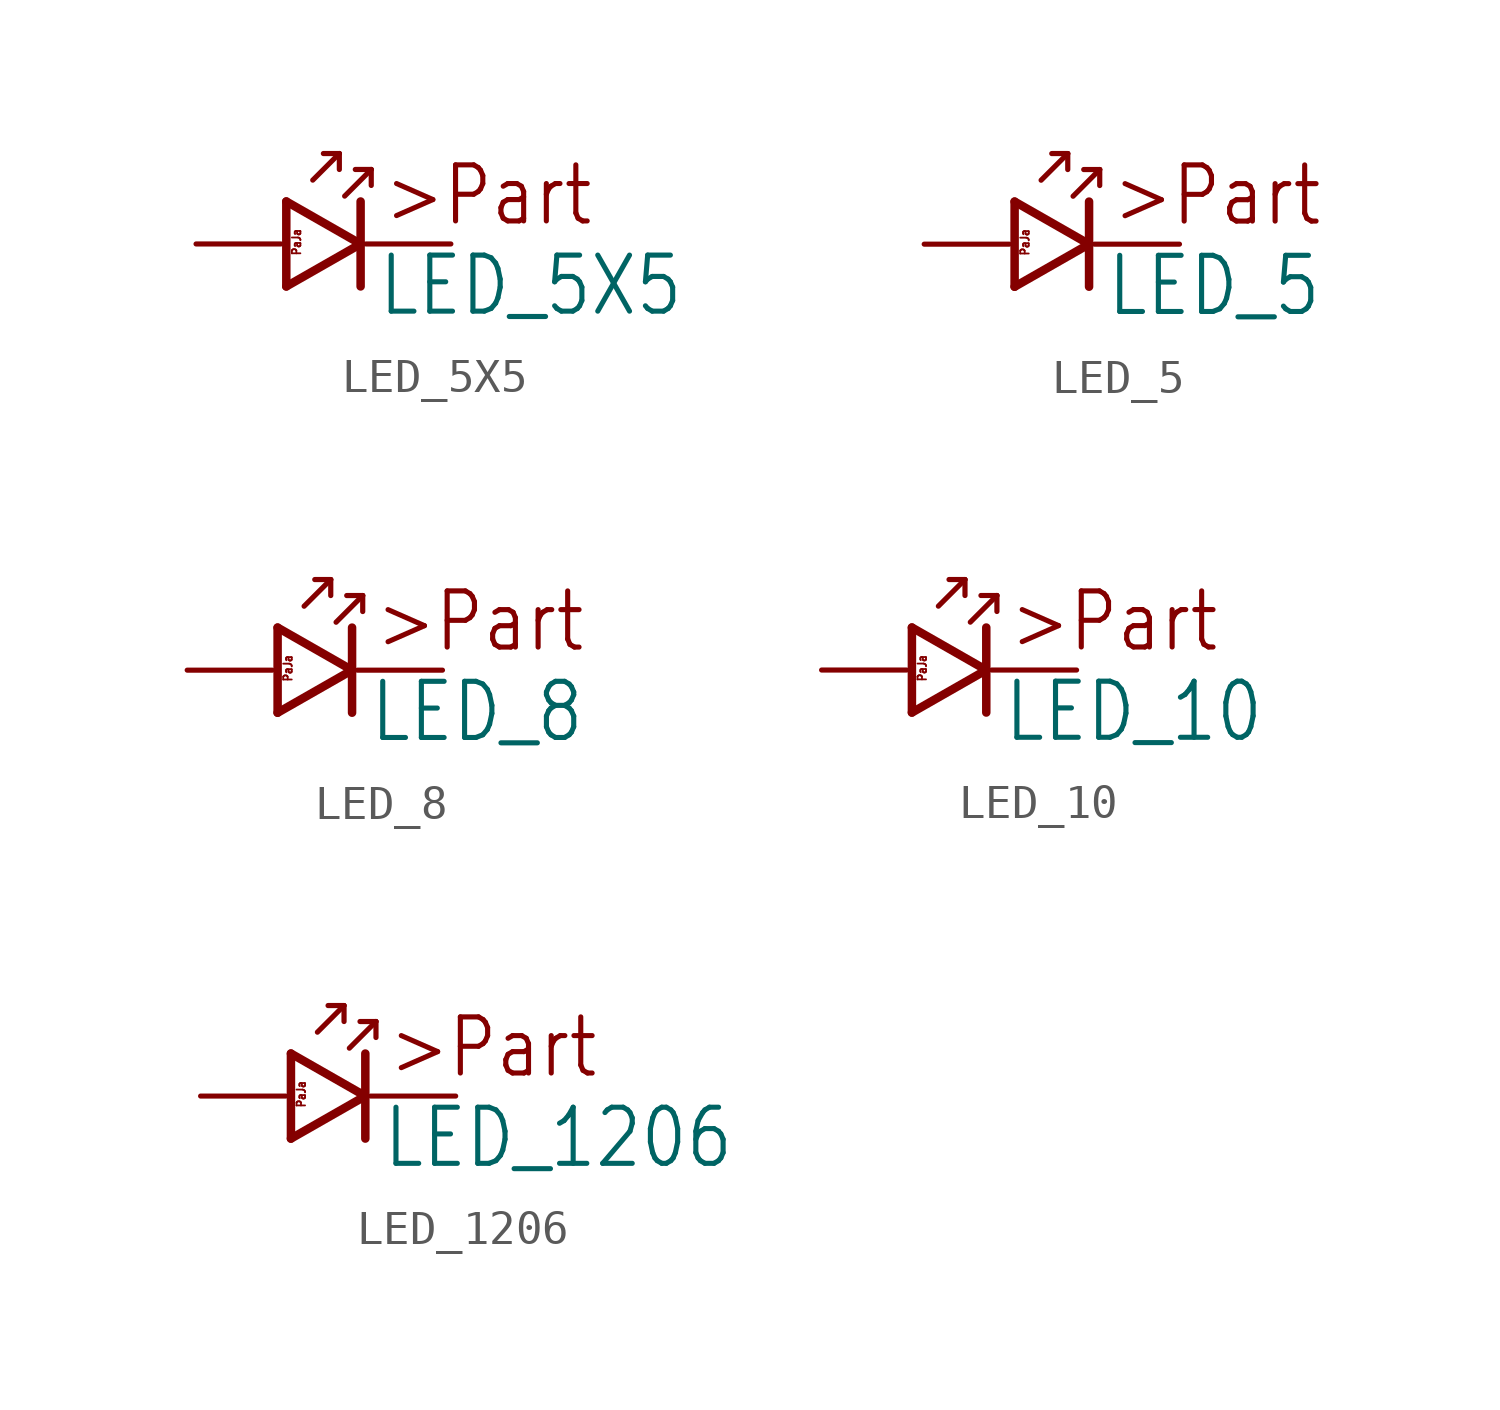
<source format=kicad_sym>
(kicad_symbol_lib
  (version 20211014)
  (generator kicad_symbol_editor)
  (symbol "LED_5X5"
    (property "Reference" "D"
      (at 0 0 0)
      (effects (font (size 1.27 1.27)) hide))
    (property "Value" "LED_5X5"
      (at 2.857 -2.222 0)
      (effects (font (size 1.676 1.425)) (justify left bottom)))
    (property "ki_locked" ""
      (at 0 0 0)
      (effects (font (size 1.27 1.27))))
    (symbol "LED_5X5_1_0"
      (polyline (pts (xy 0.159 -1.27) (xy 0.159 1.27)) (stroke (width 0.254) (type default) (color 0 0 0 0)) (fill (type none)))
      (polyline (pts (xy 0.159 1.27) (xy 2.381 0)) (stroke (width 0.254) (type default) (color 0 0 0 0)) (fill (type none)))
      (polyline (pts (xy 0.95 1.909) (xy 1.745 2.704)) (stroke (width 0.155) (type default) (color 0 0 0 0)) (fill (type none)))
      (polyline (pts (xy 1.745 2.704) (xy 1.268 2.704)) (stroke (width 0.155) (type default) (color 0 0 0 0)) (fill (type none)))
      (polyline (pts (xy 1.745 2.704) (xy 1.745 2.227)) (stroke (width 0.155) (type default) (color 0 0 0 0)) (fill (type none)))
      (polyline (pts (xy 1.904 1.431) (xy 2.699 2.227)) (stroke (width 0.155) (type default) (color 0 0 0 0)) (fill (type none)))
      (polyline (pts (xy 2.381 0) (xy 0.159 -1.27)) (stroke (width 0.254) (type default) (color 0 0 0 0)) (fill (type none)))
      (polyline (pts (xy 2.381 0) (xy 2.381 -1.27)) (stroke (width 0.254) (type default) (color 0 0 0 0)) (fill (type none)))
      (polyline (pts (xy 2.381 1.27) (xy 2.381 0)) (stroke (width 0.254) (type default) (color 0 0 0 0)) (fill (type none)))
      (polyline (pts (xy 2.699 2.227) (xy 2.222 2.227)) (stroke (width 0.155) (type default) (color 0 0 0 0)) (fill (type none)))
      (polyline (pts (xy 2.699 2.227) (xy 2.699 1.75)) (stroke (width 0.155) (type default) (color 0 0 0 0)) (fill (type none)))
      (text ">Part" (at 3.016 0.476 0) (effects (font (size 1.676 1.425)) (justify left bottom)))
      (text "PaJa" (at 0.317 0.476 900) (effects (font (size 0.254 0.216)) (justify right top)))
      (pin passive line (at -2.54 0 0) (length 2.54) (name "A" (effects (font (size 0 0)))) (number "A" (effects (font (size 0 0)))))
      (pin passive line (at 5.08 0 180) (length 2.54) (name "K" (effects (font (size 0 0)))) (number "K" (effects (font (size 0 0)))))))
  (symbol "LED_5"
    (property "Reference" "D"
      (at 0 0 0)
      (effects (font (size 1.27 1.27)) hide))
    (property "Value" "LED_5"
      (at 2.857 -2.222 0)
      (effects (font (size 1.676 1.425)) (justify left bottom)))
    (property "ki_locked" ""
      (at 0 0 0)
      (effects (font (size 1.27 1.27))))
    (symbol "LED_5_1_0"
      (polyline (pts (xy 0.159 -1.27) (xy 0.159 1.27)) (stroke (width 0.254) (type default) (color 0 0 0 0)) (fill (type none)))
      (polyline (pts (xy 0.159 1.27) (xy 2.381 0)) (stroke (width 0.254) (type default) (color 0 0 0 0)) (fill (type none)))
      (polyline (pts (xy 0.95 1.909) (xy 1.745 2.704)) (stroke (width 0.155) (type default) (color 0 0 0 0)) (fill (type none)))
      (polyline (pts (xy 1.745 2.704) (xy 1.268 2.704)) (stroke (width 0.155) (type default) (color 0 0 0 0)) (fill (type none)))
      (polyline (pts (xy 1.745 2.704) (xy 1.745 2.227)) (stroke (width 0.155) (type default) (color 0 0 0 0)) (fill (type none)))
      (polyline (pts (xy 1.904 1.431) (xy 2.699 2.227)) (stroke (width 0.155) (type default) (color 0 0 0 0)) (fill (type none)))
      (polyline (pts (xy 2.381 0) (xy 0.159 -1.27)) (stroke (width 0.254) (type default) (color 0 0 0 0)) (fill (type none)))
      (polyline (pts (xy 2.381 0) (xy 2.381 -1.27)) (stroke (width 0.254) (type default) (color 0 0 0 0)) (fill (type none)))
      (polyline (pts (xy 2.381 1.27) (xy 2.381 0)) (stroke (width 0.254) (type default) (color 0 0 0 0)) (fill (type none)))
      (polyline (pts (xy 2.699 2.227) (xy 2.222 2.227)) (stroke (width 0.155) (type default) (color 0 0 0 0)) (fill (type none)))
      (polyline (pts (xy 2.699 2.227) (xy 2.699 1.75)) (stroke (width 0.155) (type default) (color 0 0 0 0)) (fill (type none)))
      (text ">Part" (at 3.016 0.476 0) (effects (font (size 1.676 1.425)) (justify left bottom)))
      (text "PaJa" (at 0.317 0.476 900) (effects (font (size 0.254 0.216)) (justify right top)))
      (pin passive line (at -2.54 0 0) (length 2.54) (name "A" (effects (font (size 0 0)))) (number "A" (effects (font (size 0 0)))))
      (pin passive line (at 5.08 0 180) (length 2.54) (name "K" (effects (font (size 0 0)))) (number "K" (effects (font (size 0 0)))))))
  (symbol "LED_8"
    (property "Reference" "D"
      (at 0 0 0)
      (effects (font (size 1.27 1.27)) hide))
    (property "Value" "LED_8"
      (at 2.857 -2.222 0)
      (effects (font (size 1.676 1.425)) (justify left bottom)))
    (property "ki_locked" ""
      (at 0 0 0)
      (effects (font (size 1.27 1.27))))
    (symbol "LED_8_1_0"
      (polyline (pts (xy 0.159 -1.27) (xy 0.159 1.27)) (stroke (width 0.254) (type default) (color 0 0 0 0)) (fill (type none)))
      (polyline (pts (xy 0.159 1.27) (xy 2.381 0)) (stroke (width 0.254) (type default) (color 0 0 0 0)) (fill (type none)))
      (polyline (pts (xy 0.95 1.909) (xy 1.745 2.704)) (stroke (width 0.155) (type default) (color 0 0 0 0)) (fill (type none)))
      (polyline (pts (xy 1.745 2.704) (xy 1.268 2.704)) (stroke (width 0.155) (type default) (color 0 0 0 0)) (fill (type none)))
      (polyline (pts (xy 1.745 2.704) (xy 1.745 2.227)) (stroke (width 0.155) (type default) (color 0 0 0 0)) (fill (type none)))
      (polyline (pts (xy 1.904 1.431) (xy 2.699 2.227)) (stroke (width 0.155) (type default) (color 0 0 0 0)) (fill (type none)))
      (polyline (pts (xy 2.381 0) (xy 0.159 -1.27)) (stroke (width 0.254) (type default) (color 0 0 0 0)) (fill (type none)))
      (polyline (pts (xy 2.381 0) (xy 2.381 -1.27)) (stroke (width 0.254) (type default) (color 0 0 0 0)) (fill (type none)))
      (polyline (pts (xy 2.381 1.27) (xy 2.381 0)) (stroke (width 0.254) (type default) (color 0 0 0 0)) (fill (type none)))
      (polyline (pts (xy 2.699 2.227) (xy 2.222 2.227)) (stroke (width 0.155) (type default) (color 0 0 0 0)) (fill (type none)))
      (polyline (pts (xy 2.699 2.227) (xy 2.699 1.75)) (stroke (width 0.155) (type default) (color 0 0 0 0)) (fill (type none)))
      (text ">Part" (at 3.016 0.476 0) (effects (font (size 1.676 1.425)) (justify left bottom)))
      (text "PaJa" (at 0.317 0.476 900) (effects (font (size 0.254 0.216)) (justify right top)))
      (pin passive line (at -2.54 0 0) (length 2.54) (name "A" (effects (font (size 0 0)))) (number "A" (effects (font (size 0 0)))))
      (pin passive line (at 5.08 0 180) (length 2.54) (name "K" (effects (font (size 0 0)))) (number "K" (effects (font (size 0 0)))))))
  (symbol "LED_10"
    (property "Reference" "D"
      (at 0 0 0)
      (effects (font (size 1.27 1.27)) hide))
    (property "Value" "LED_10"
      (at 2.857 -2.222 0)
      (effects (font (size 1.676 1.425)) (justify left bottom)))
    (property "ki_locked" ""
      (at 0 0 0)
      (effects (font (size 1.27 1.27))))
    (symbol "LED_10_1_0"
      (polyline (pts (xy 0.159 -1.27) (xy 0.159 1.27)) (stroke (width 0.254) (type default) (color 0 0 0 0)) (fill (type none)))
      (polyline (pts (xy 0.159 1.27) (xy 2.381 0)) (stroke (width 0.254) (type default) (color 0 0 0 0)) (fill (type none)))
      (polyline (pts (xy 0.95 1.909) (xy 1.745 2.704)) (stroke (width 0.155) (type default) (color 0 0 0 0)) (fill (type none)))
      (polyline (pts (xy 1.745 2.704) (xy 1.268 2.704)) (stroke (width 0.155) (type default) (color 0 0 0 0)) (fill (type none)))
      (polyline (pts (xy 1.745 2.704) (xy 1.745 2.227)) (stroke (width 0.155) (type default) (color 0 0 0 0)) (fill (type none)))
      (polyline (pts (xy 1.904 1.431) (xy 2.699 2.227)) (stroke (width 0.155) (type default) (color 0 0 0 0)) (fill (type none)))
      (polyline (pts (xy 2.381 0) (xy 0.159 -1.27)) (stroke (width 0.254) (type default) (color 0 0 0 0)) (fill (type none)))
      (polyline (pts (xy 2.381 0) (xy 2.381 -1.27)) (stroke (width 0.254) (type default) (color 0 0 0 0)) (fill (type none)))
      (polyline (pts (xy 2.381 1.27) (xy 2.381 0)) (stroke (width 0.254) (type default) (color 0 0 0 0)) (fill (type none)))
      (polyline (pts (xy 2.699 2.227) (xy 2.222 2.227)) (stroke (width 0.155) (type default) (color 0 0 0 0)) (fill (type none)))
      (polyline (pts (xy 2.699 2.227) (xy 2.699 1.75)) (stroke (width 0.155) (type default) (color 0 0 0 0)) (fill (type none)))
      (text ">Part" (at 3.016 0.476 0) (effects (font (size 1.676 1.425)) (justify left bottom)))
      (text "PaJa" (at 0.317 0.476 900) (effects (font (size 0.254 0.216)) (justify right top)))
      (pin passive line (at -2.54 0 0) (length 2.54) (name "A" (effects (font (size 0 0)))) (number "A" (effects (font (size 0 0)))))
      (pin passive line (at 5.08 0 180) (length 2.54) (name "K" (effects (font (size 0 0)))) (number "K" (effects (font (size 0 0)))))))
  (symbol "LED_1206"
    (property "Reference" "D"
      (at 0 0 0)
      (effects (font (size 1.27 1.27)) hide))
    (property "Value" "LED_1206"
      (at 2.857 -2.222 0)
      (effects (font (size 1.676 1.425)) (justify left bottom)))
    (property "ki_locked" ""
      (at 0 0 0)
      (effects (font (size 1.27 1.27))))
    (symbol "LED_1206_1_0"
      (polyline (pts (xy 0.159 -1.27) (xy 0.159 1.27)) (stroke (width 0.254) (type default) (color 0 0 0 0)) (fill (type none)))
      (polyline (pts (xy 0.159 1.27) (xy 2.381 0)) (stroke (width 0.254) (type default) (color 0 0 0 0)) (fill (type none)))
      (polyline (pts (xy 0.95 1.909) (xy 1.745 2.704)) (stroke (width 0.155) (type default) (color 0 0 0 0)) (fill (type none)))
      (polyline (pts (xy 1.745 2.704) (xy 1.268 2.704)) (stroke (width 0.155) (type default) (color 0 0 0 0)) (fill (type none)))
      (polyline (pts (xy 1.745 2.704) (xy 1.745 2.227)) (stroke (width 0.155) (type default) (color 0 0 0 0)) (fill (type none)))
      (polyline (pts (xy 1.904 1.431) (xy 2.699 2.227)) (stroke (width 0.155) (type default) (color 0 0 0 0)) (fill (type none)))
      (polyline (pts (xy 2.381 0) (xy 0.159 -1.27)) (stroke (width 0.254) (type default) (color 0 0 0 0)) (fill (type none)))
      (polyline (pts (xy 2.381 0) (xy 2.381 -1.27)) (stroke (width 0.254) (type default) (color 0 0 0 0)) (fill (type none)))
      (polyline (pts (xy 2.381 1.27) (xy 2.381 0)) (stroke (width 0.254) (type default) (color 0 0 0 0)) (fill (type none)))
      (polyline (pts (xy 2.699 2.227) (xy 2.222 2.227)) (stroke (width 0.155) (type default) (color 0 0 0 0)) (fill (type none)))
      (polyline (pts (xy 2.699 2.227) (xy 2.699 1.75)) (stroke (width 0.155) (type default) (color 0 0 0 0)) (fill (type none)))
      (text ">Part" (at 3.016 0.476 0) (effects (font (size 1.676 1.425)) (justify left bottom)))
      (text "PaJa" (at 0.317 0.476 900) (effects (font (size 0.254 0.216)) (justify right top)))
      (pin passive line (at -2.54 0 0) (length 2.54) (name "A" (effects (font (size 0 0)))) (number "A" (effects (font (size 0 0)))))
      (pin passive line (at 5.08 0 180) (length 2.54) (name "K" (effects (font (size 0 0)))) (number "K" (effects (font (size 0 0))))))))
</source>
